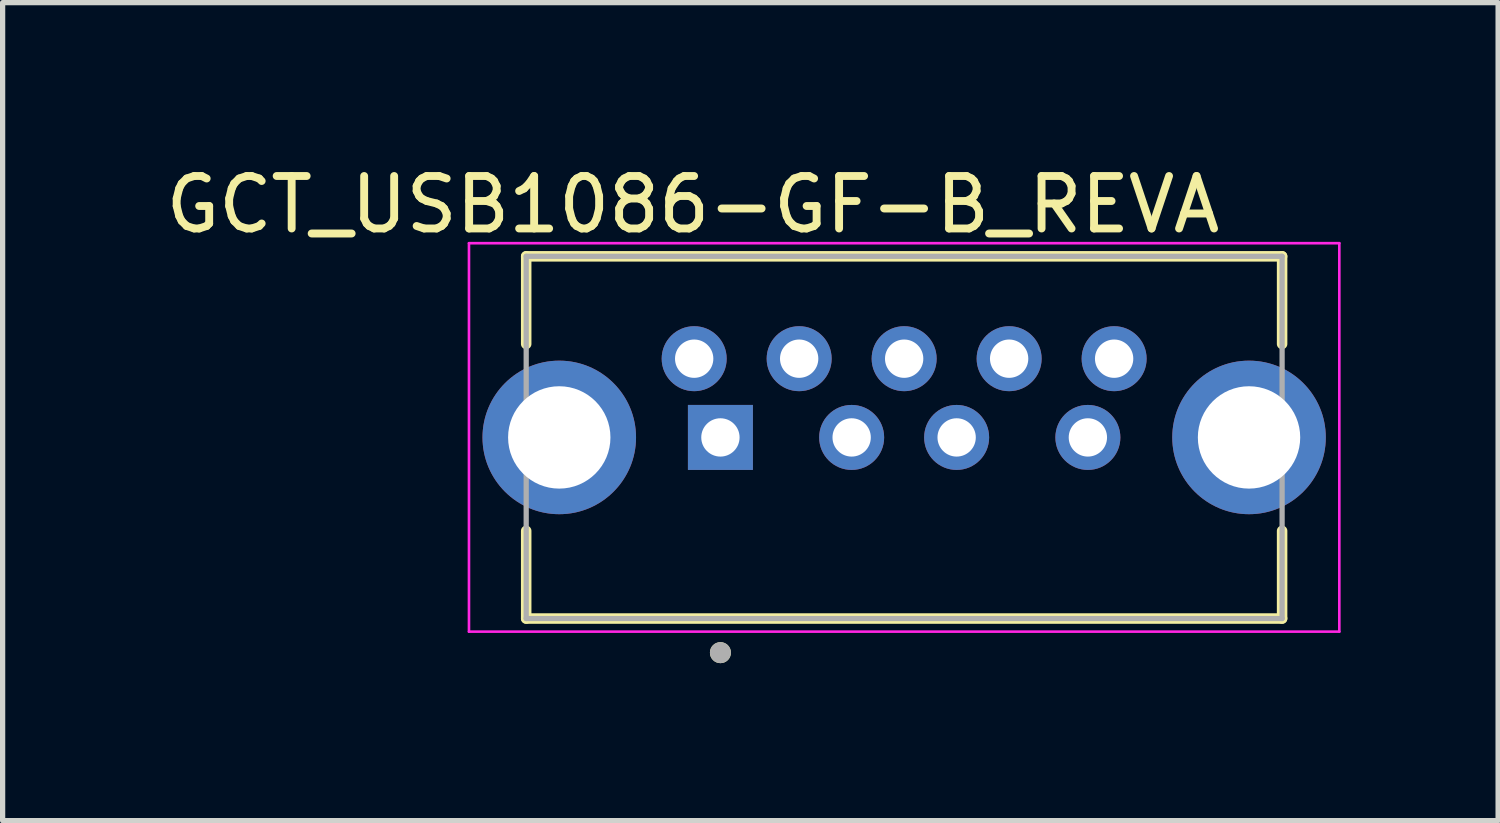
<source format=kicad_pcb>
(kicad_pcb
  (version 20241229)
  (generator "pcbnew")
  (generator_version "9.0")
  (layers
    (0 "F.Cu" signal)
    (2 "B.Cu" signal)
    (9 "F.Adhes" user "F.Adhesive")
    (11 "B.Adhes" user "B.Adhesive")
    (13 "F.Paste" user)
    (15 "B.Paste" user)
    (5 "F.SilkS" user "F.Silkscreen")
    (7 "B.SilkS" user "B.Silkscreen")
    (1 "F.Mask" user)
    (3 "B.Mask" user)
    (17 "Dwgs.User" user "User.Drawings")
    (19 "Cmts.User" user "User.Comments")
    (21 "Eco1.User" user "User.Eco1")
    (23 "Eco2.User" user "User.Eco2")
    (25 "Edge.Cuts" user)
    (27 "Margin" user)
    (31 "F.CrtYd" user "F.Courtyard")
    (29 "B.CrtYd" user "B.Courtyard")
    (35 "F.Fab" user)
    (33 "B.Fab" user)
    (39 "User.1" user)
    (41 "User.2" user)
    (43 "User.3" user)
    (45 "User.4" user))
  (footprint "GCT_USB1086-GF-B_REVA"
    (layer "F.Cu")
    (at 14.174 5.283)
    (property "Reference" "GCT_USB1086-GF-B_REVA" (at -4.025 -4.435 0) (layer "F.SilkS") (effects (font (size 1 1) (thickness 0.15))))
    (attr through_hole)
    (fp_line (start -7.2 -3.45) (end 7.2 -3.45) (stroke (width 0.2) (type solid)) (layer "F.SilkS"))
    (fp_line (start -7.2 -1.78) (end -7.2 -3.45) (stroke (width 0.2) (type solid)) (layer "F.SilkS"))
    (fp_line (start -7.2 1.78) (end -7.2 3.45) (stroke (width 0.2) (type solid)) (layer "F.SilkS"))
    (fp_line (start -7.2 3.45) (end 7.2 3.45) (stroke (width 0.2) (type solid)) (layer "F.SilkS"))
    (fp_line (start 7.2 -3.45) (end 7.2 -1.78) (stroke (width 0.2) (type solid)) (layer "F.SilkS"))
    (fp_line (start 7.2 3.45) (end 7.2 1.78) (stroke (width 0.2) (type solid)) (layer "F.SilkS"))
    (fp_circle (center -3.5 4.1) (end -3.4 4.1) (stroke (width 0.2) (type solid)) (fill no) (layer "F.SilkS"))
    (fp_line (start -8.29 -3.7) (end 8.29 -3.7) (stroke (width 0.05) (type solid)) (layer "F.CrtYd"))
    (fp_line (start -8.29 3.7) (end -8.29 -3.7) (stroke (width 0.05) (type solid)) (layer "F.CrtYd"))
    (fp_line (start 8.29 -3.7) (end 8.29 3.7) (stroke (width 0.05) (type solid)) (layer "F.CrtYd"))
    (fp_line (start 8.29 3.7) (end -8.29 3.7) (stroke (width 0.05) (type solid)) (layer "F.CrtYd"))
    (fp_line (start -7.2 -3.45) (end 7.2 -3.45) (stroke (width 0.1) (type solid)) (layer "F.Fab"))
    (fp_line (start -7.2 3.45) (end -7.2 -3.45) (stroke (width 0.1) (type solid)) (layer "F.Fab"))
    (fp_line (start 7.2 -3.45) (end 7.2 3.45) (stroke (width 0.1) (type solid)) (layer "F.Fab"))
    (fp_line (start 7.2 3.45) (end -7.2 3.45) (stroke (width 0.1) (type solid)) (layer "F.Fab"))
    (fp_circle (center -3.5 4.1) (end -3.4 4.1) (stroke (width 0.2) (type solid)) (fill no) (layer "F.Fab"))
    (pad "1" thru_hole rect (at -3.5 0) (size 1.238 1.238) (drill 0.73) (layers "*.Cu" "*.Mask"))
    (pad "2" thru_hole circle (at -1 0) (size 1.238 1.238) (drill 0.73) (layers "*.Cu" "*.Mask"))
    (pad "3" thru_hole circle (at 1 0) (size 1.238 1.238) (drill 0.73) (layers "*.Cu" "*.Mask"))
    (pad "4" thru_hole circle (at 3.5 0) (size 1.238 1.238) (drill 0.73) (layers "*.Cu" "*.Mask"))
    (pad "5" thru_hole circle (at 4 -1.5) (size 1.238 1.238) (drill 0.73) (layers "*.Cu" "*.Mask"))
    (pad "6" thru_hole circle (at 2 -1.5) (size 1.238 1.238) (drill 0.73) (layers "*.Cu" "*.Mask"))
    (pad "7" thru_hole circle (at 0 -1.5) (size 1.238 1.238) (drill 0.73) (layers "*.Cu" "*.Mask"))
    (pad "8" thru_hole circle (at -2 -1.5) (size 1.238 1.238) (drill 0.73) (layers "*.Cu" "*.Mask"))
    (pad "9" thru_hole circle (at -4 -1.5) (size 1.238 1.238) (drill 0.73) (layers "*.Cu" "*.Mask"))
    (pad "S1" thru_hole circle (at -6.57 0) (size 2.925 2.925) (drill 1.95) (layers "*.Cu" "*.Mask"))
    (pad "S2" thru_hole circle (at 6.57 0) (size 2.925 2.925) (drill 1.95) (layers "*.Cu" "*.Mask")))
  (gr_rect
    (start -3 -3)
    (end 25.489 12.583)
    (stroke (width 0.1) (type default))
    (fill no)
    (layer "Edge.Cuts")))
</source>
